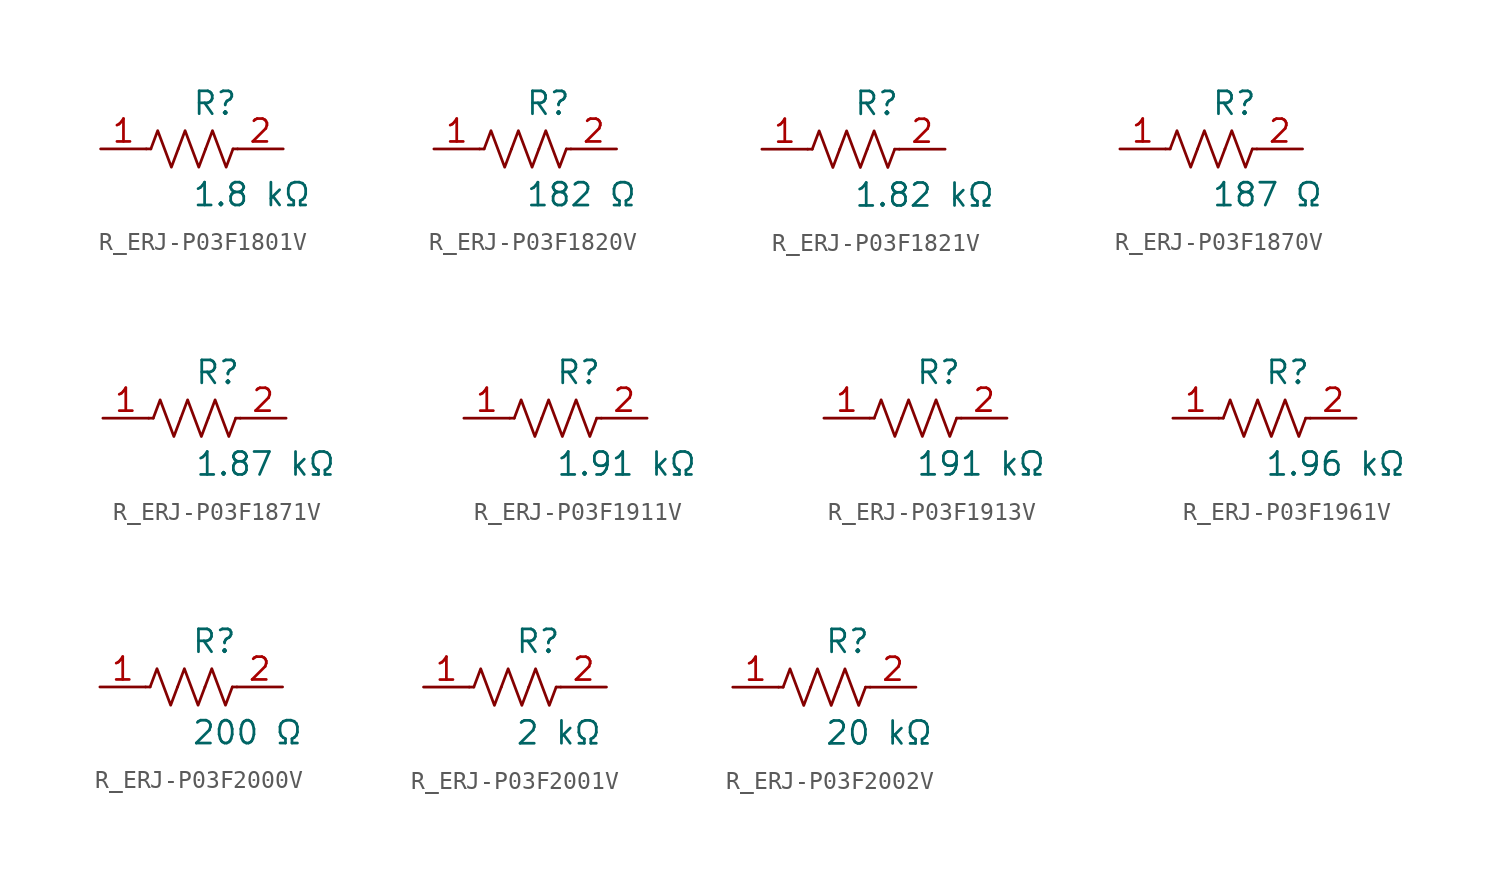
<source format=kicad_sym>
(kicad_symbol_lib
  (version 20231120)
  (generator kicad_symbol_editor)
  (generator_version 8.0)
  (symbol "R_ERJ-P03F1801V"
    (pin_names
      (offset 0.254))
    (property "Reference" "R"
      (at 0.0 2.54 0)
      (effects (font (size 1.27 1.27)) (justify left)))
    (property "Value" "1.8 kΩ"
      (at 0.0 -2.54 0)
      (effects (font (size 1.27 1.27)) (justify left)))
    (symbol "R_ERJ-P03F1801V_0_1"
      (polyline (pts (xy 2.286 0) (xy 2.54 0)) (stroke (width 0) (type default)) (fill (type none)))
      (polyline (pts (xy -2.286 0) (xy -2.54 0)) (stroke (width 0) (type default)) (fill (type none)))
      (polyline (pts (xy 0.762 0) (xy 1.143 1.016) (xy 1.524 0) (xy 1.905 -1.016) (xy 2.286 0)) (stroke (width 0) (type default)) (fill (type none)))
      (polyline (pts (xy -0.762 0) (xy -0.381 1.016) (xy 0 0) (xy 0.381 -1.016) (xy 0.762 0)) (stroke (width 0) (type default)) (fill (type none)))
      (polyline (pts (xy -2.286 0) (xy -1.905 1.016) (xy -1.524 0) (xy -1.143 -1.016) (xy -0.762 0)) (stroke (width 0) (type default)) (fill (type none))))
    (pin unspecified line
      (at -5.08 0 0)
      (length 2.54)
      (name "" (effects (font (size 1.27 1.27))))
      (number "1" (effects (font (size 1.27 1.27)))))
    (pin unspecified line
      (at 5.08 0 180)
      (length 2.54)
      (name "" (effects (font (size 1.27 1.27))))
      (number "2" (effects (font (size 1.27 1.27))))))
  (symbol "R_ERJ-P03F1820V"
    (pin_names
      (offset 0.254))
    (property "Reference" "R"
      (at 0.0 2.54 0)
      (effects (font (size 1.27 1.27)) (justify left)))
    (property "Value" "182 Ω"
      (at 0.0 -2.54 0)
      (effects (font (size 1.27 1.27)) (justify left)))
    (symbol "R_ERJ-P03F1820V_0_1"
      (polyline (pts (xy 2.286 0) (xy 2.54 0)) (stroke (width 0) (type default)) (fill (type none)))
      (polyline (pts (xy -2.286 0) (xy -2.54 0)) (stroke (width 0) (type default)) (fill (type none)))
      (polyline (pts (xy 0.762 0) (xy 1.143 1.016) (xy 1.524 0) (xy 1.905 -1.016) (xy 2.286 0)) (stroke (width 0) (type default)) (fill (type none)))
      (polyline (pts (xy -0.762 0) (xy -0.381 1.016) (xy 0 0) (xy 0.381 -1.016) (xy 0.762 0)) (stroke (width 0) (type default)) (fill (type none)))
      (polyline (pts (xy -2.286 0) (xy -1.905 1.016) (xy -1.524 0) (xy -1.143 -1.016) (xy -0.762 0)) (stroke (width 0) (type default)) (fill (type none))))
    (pin unspecified line
      (at -5.08 0 0)
      (length 2.54)
      (name "" (effects (font (size 1.27 1.27))))
      (number "1" (effects (font (size 1.27 1.27)))))
    (pin unspecified line
      (at 5.08 0 180)
      (length 2.54)
      (name "" (effects (font (size 1.27 1.27))))
      (number "2" (effects (font (size 1.27 1.27))))))
  (symbol "R_ERJ-P03F1821V"
    (pin_names
      (offset 0.254))
    (property "Reference" "R"
      (at 0.0 2.54 0)
      (effects (font (size 1.27 1.27)) (justify left)))
    (property "Value" "1.82 kΩ"
      (at 0.0 -2.54 0)
      (effects (font (size 1.27 1.27)) (justify left)))
    (symbol "R_ERJ-P03F1821V_0_1"
      (polyline (pts (xy 2.286 0) (xy 2.54 0)) (stroke (width 0) (type default)) (fill (type none)))
      (polyline (pts (xy -2.286 0) (xy -2.54 0)) (stroke (width 0) (type default)) (fill (type none)))
      (polyline (pts (xy 0.762 0) (xy 1.143 1.016) (xy 1.524 0) (xy 1.905 -1.016) (xy 2.286 0)) (stroke (width 0) (type default)) (fill (type none)))
      (polyline (pts (xy -0.762 0) (xy -0.381 1.016) (xy 0 0) (xy 0.381 -1.016) (xy 0.762 0)) (stroke (width 0) (type default)) (fill (type none)))
      (polyline (pts (xy -2.286 0) (xy -1.905 1.016) (xy -1.524 0) (xy -1.143 -1.016) (xy -0.762 0)) (stroke (width 0) (type default)) (fill (type none))))
    (pin unspecified line
      (at -5.08 0 0)
      (length 2.54)
      (name "" (effects (font (size 1.27 1.27))))
      (number "1" (effects (font (size 1.27 1.27)))))
    (pin unspecified line
      (at 5.08 0 180)
      (length 2.54)
      (name "" (effects (font (size 1.27 1.27))))
      (number "2" (effects (font (size 1.27 1.27))))))
  (symbol "R_ERJ-P03F1870V"
    (pin_names
      (offset 0.254))
    (property "Reference" "R"
      (at 0.0 2.54 0)
      (effects (font (size 1.27 1.27)) (justify left)))
    (property "Value" "187 Ω"
      (at 0.0 -2.54 0)
      (effects (font (size 1.27 1.27)) (justify left)))
    (symbol "R_ERJ-P03F1870V_0_1"
      (polyline (pts (xy 2.286 0) (xy 2.54 0)) (stroke (width 0) (type default)) (fill (type none)))
      (polyline (pts (xy -2.286 0) (xy -2.54 0)) (stroke (width 0) (type default)) (fill (type none)))
      (polyline (pts (xy 0.762 0) (xy 1.143 1.016) (xy 1.524 0) (xy 1.905 -1.016) (xy 2.286 0)) (stroke (width 0) (type default)) (fill (type none)))
      (polyline (pts (xy -0.762 0) (xy -0.381 1.016) (xy 0 0) (xy 0.381 -1.016) (xy 0.762 0)) (stroke (width 0) (type default)) (fill (type none)))
      (polyline (pts (xy -2.286 0) (xy -1.905 1.016) (xy -1.524 0) (xy -1.143 -1.016) (xy -0.762 0)) (stroke (width 0) (type default)) (fill (type none))))
    (pin unspecified line
      (at -5.08 0 0)
      (length 2.54)
      (name "" (effects (font (size 1.27 1.27))))
      (number "1" (effects (font (size 1.27 1.27)))))
    (pin unspecified line
      (at 5.08 0 180)
      (length 2.54)
      (name "" (effects (font (size 1.27 1.27))))
      (number "2" (effects (font (size 1.27 1.27))))))
  (symbol "R_ERJ-P03F1871V"
    (pin_names
      (offset 0.254))
    (property "Reference" "R"
      (at 0.0 2.54 0)
      (effects (font (size 1.27 1.27)) (justify left)))
    (property "Value" "1.87 kΩ"
      (at 0.0 -2.54 0)
      (effects (font (size 1.27 1.27)) (justify left)))
    (symbol "R_ERJ-P03F1871V_0_1"
      (polyline (pts (xy 2.286 0) (xy 2.54 0)) (stroke (width 0) (type default)) (fill (type none)))
      (polyline (pts (xy -2.286 0) (xy -2.54 0)) (stroke (width 0) (type default)) (fill (type none)))
      (polyline (pts (xy 0.762 0) (xy 1.143 1.016) (xy 1.524 0) (xy 1.905 -1.016) (xy 2.286 0)) (stroke (width 0) (type default)) (fill (type none)))
      (polyline (pts (xy -0.762 0) (xy -0.381 1.016) (xy 0 0) (xy 0.381 -1.016) (xy 0.762 0)) (stroke (width 0) (type default)) (fill (type none)))
      (polyline (pts (xy -2.286 0) (xy -1.905 1.016) (xy -1.524 0) (xy -1.143 -1.016) (xy -0.762 0)) (stroke (width 0) (type default)) (fill (type none))))
    (pin unspecified line
      (at -5.08 0 0)
      (length 2.54)
      (name "" (effects (font (size 1.27 1.27))))
      (number "1" (effects (font (size 1.27 1.27)))))
    (pin unspecified line
      (at 5.08 0 180)
      (length 2.54)
      (name "" (effects (font (size 1.27 1.27))))
      (number "2" (effects (font (size 1.27 1.27))))))
  (symbol "R_ERJ-P03F1911V"
    (pin_names
      (offset 0.254))
    (property "Reference" "R"
      (at 0.0 2.54 0)
      (effects (font (size 1.27 1.27)) (justify left)))
    (property "Value" "1.91 kΩ"
      (at 0.0 -2.54 0)
      (effects (font (size 1.27 1.27)) (justify left)))
    (symbol "R_ERJ-P03F1911V_0_1"
      (polyline (pts (xy 2.286 0) (xy 2.54 0)) (stroke (width 0) (type default)) (fill (type none)))
      (polyline (pts (xy -2.286 0) (xy -2.54 0)) (stroke (width 0) (type default)) (fill (type none)))
      (polyline (pts (xy 0.762 0) (xy 1.143 1.016) (xy 1.524 0) (xy 1.905 -1.016) (xy 2.286 0)) (stroke (width 0) (type default)) (fill (type none)))
      (polyline (pts (xy -0.762 0) (xy -0.381 1.016) (xy 0 0) (xy 0.381 -1.016) (xy 0.762 0)) (stroke (width 0) (type default)) (fill (type none)))
      (polyline (pts (xy -2.286 0) (xy -1.905 1.016) (xy -1.524 0) (xy -1.143 -1.016) (xy -0.762 0)) (stroke (width 0) (type default)) (fill (type none))))
    (pin unspecified line
      (at -5.08 0 0)
      (length 2.54)
      (name "" (effects (font (size 1.27 1.27))))
      (number "1" (effects (font (size 1.27 1.27)))))
    (pin unspecified line
      (at 5.08 0 180)
      (length 2.54)
      (name "" (effects (font (size 1.27 1.27))))
      (number "2" (effects (font (size 1.27 1.27))))))
  (symbol "R_ERJ-P03F1913V"
    (pin_names
      (offset 0.254))
    (property "Reference" "R"
      (at 0.0 2.54 0)
      (effects (font (size 1.27 1.27)) (justify left)))
    (property "Value" "191 kΩ"
      (at 0.0 -2.54 0)
      (effects (font (size 1.27 1.27)) (justify left)))
    (symbol "R_ERJ-P03F1913V_0_1"
      (polyline (pts (xy 2.286 0) (xy 2.54 0)) (stroke (width 0) (type default)) (fill (type none)))
      (polyline (pts (xy -2.286 0) (xy -2.54 0)) (stroke (width 0) (type default)) (fill (type none)))
      (polyline (pts (xy 0.762 0) (xy 1.143 1.016) (xy 1.524 0) (xy 1.905 -1.016) (xy 2.286 0)) (stroke (width 0) (type default)) (fill (type none)))
      (polyline (pts (xy -0.762 0) (xy -0.381 1.016) (xy 0 0) (xy 0.381 -1.016) (xy 0.762 0)) (stroke (width 0) (type default)) (fill (type none)))
      (polyline (pts (xy -2.286 0) (xy -1.905 1.016) (xy -1.524 0) (xy -1.143 -1.016) (xy -0.762 0)) (stroke (width 0) (type default)) (fill (type none))))
    (pin unspecified line
      (at -5.08 0 0)
      (length 2.54)
      (name "" (effects (font (size 1.27 1.27))))
      (number "1" (effects (font (size 1.27 1.27)))))
    (pin unspecified line
      (at 5.08 0 180)
      (length 2.54)
      (name "" (effects (font (size 1.27 1.27))))
      (number "2" (effects (font (size 1.27 1.27))))))
  (symbol "R_ERJ-P03F1961V"
    (pin_names
      (offset 0.254))
    (property "Reference" "R"
      (at 0.0 2.54 0)
      (effects (font (size 1.27 1.27)) (justify left)))
    (property "Value" "1.96 kΩ"
      (at 0.0 -2.54 0)
      (effects (font (size 1.27 1.27)) (justify left)))
    (symbol "R_ERJ-P03F1961V_0_1"
      (polyline (pts (xy 2.286 0) (xy 2.54 0)) (stroke (width 0) (type default)) (fill (type none)))
      (polyline (pts (xy -2.286 0) (xy -2.54 0)) (stroke (width 0) (type default)) (fill (type none)))
      (polyline (pts (xy 0.762 0) (xy 1.143 1.016) (xy 1.524 0) (xy 1.905 -1.016) (xy 2.286 0)) (stroke (width 0) (type default)) (fill (type none)))
      (polyline (pts (xy -0.762 0) (xy -0.381 1.016) (xy 0 0) (xy 0.381 -1.016) (xy 0.762 0)) (stroke (width 0) (type default)) (fill (type none)))
      (polyline (pts (xy -2.286 0) (xy -1.905 1.016) (xy -1.524 0) (xy -1.143 -1.016) (xy -0.762 0)) (stroke (width 0) (type default)) (fill (type none))))
    (pin unspecified line
      (at -5.08 0 0)
      (length 2.54)
      (name "" (effects (font (size 1.27 1.27))))
      (number "1" (effects (font (size 1.27 1.27)))))
    (pin unspecified line
      (at 5.08 0 180)
      (length 2.54)
      (name "" (effects (font (size 1.27 1.27))))
      (number "2" (effects (font (size 1.27 1.27))))))
  (symbol "R_ERJ-P03F2000V"
    (pin_names
      (offset 0.254))
    (property "Reference" "R"
      (at 0.0 2.54 0)
      (effects (font (size 1.27 1.27)) (justify left)))
    (property "Value" "200 Ω"
      (at 0.0 -2.54 0)
      (effects (font (size 1.27 1.27)) (justify left)))
    (symbol "R_ERJ-P03F2000V_0_1"
      (polyline (pts (xy 2.286 0) (xy 2.54 0)) (stroke (width 0) (type default)) (fill (type none)))
      (polyline (pts (xy -2.286 0) (xy -2.54 0)) (stroke (width 0) (type default)) (fill (type none)))
      (polyline (pts (xy 0.762 0) (xy 1.143 1.016) (xy 1.524 0) (xy 1.905 -1.016) (xy 2.286 0)) (stroke (width 0) (type default)) (fill (type none)))
      (polyline (pts (xy -0.762 0) (xy -0.381 1.016) (xy 0 0) (xy 0.381 -1.016) (xy 0.762 0)) (stroke (width 0) (type default)) (fill (type none)))
      (polyline (pts (xy -2.286 0) (xy -1.905 1.016) (xy -1.524 0) (xy -1.143 -1.016) (xy -0.762 0)) (stroke (width 0) (type default)) (fill (type none))))
    (pin unspecified line
      (at -5.08 0 0)
      (length 2.54)
      (name "" (effects (font (size 1.27 1.27))))
      (number "1" (effects (font (size 1.27 1.27)))))
    (pin unspecified line
      (at 5.08 0 180)
      (length 2.54)
      (name "" (effects (font (size 1.27 1.27))))
      (number "2" (effects (font (size 1.27 1.27))))))
  (symbol "R_ERJ-P03F2001V"
    (pin_names
      (offset 0.254))
    (property "Reference" "R"
      (at 0.0 2.54 0)
      (effects (font (size 1.27 1.27)) (justify left)))
    (property "Value" "2 kΩ"
      (at 0.0 -2.54 0)
      (effects (font (size 1.27 1.27)) (justify left)))
    (symbol "R_ERJ-P03F2001V_0_1"
      (polyline (pts (xy 2.286 0) (xy 2.54 0)) (stroke (width 0) (type default)) (fill (type none)))
      (polyline (pts (xy -2.286 0) (xy -2.54 0)) (stroke (width 0) (type default)) (fill (type none)))
      (polyline (pts (xy 0.762 0) (xy 1.143 1.016) (xy 1.524 0) (xy 1.905 -1.016) (xy 2.286 0)) (stroke (width 0) (type default)) (fill (type none)))
      (polyline (pts (xy -0.762 0) (xy -0.381 1.016) (xy 0 0) (xy 0.381 -1.016) (xy 0.762 0)) (stroke (width 0) (type default)) (fill (type none)))
      (polyline (pts (xy -2.286 0) (xy -1.905 1.016) (xy -1.524 0) (xy -1.143 -1.016) (xy -0.762 0)) (stroke (width 0) (type default)) (fill (type none))))
    (pin unspecified line
      (at -5.08 0 0)
      (length 2.54)
      (name "" (effects (font (size 1.27 1.27))))
      (number "1" (effects (font (size 1.27 1.27)))))
    (pin unspecified line
      (at 5.08 0 180)
      (length 2.54)
      (name "" (effects (font (size 1.27 1.27))))
      (number "2" (effects (font (size 1.27 1.27))))))
  (symbol "R_ERJ-P03F2002V"
    (pin_names
      (offset 0.254))
    (property "Reference" "R"
      (at 0.0 2.54 0)
      (effects (font (size 1.27 1.27)) (justify left)))
    (property "Value" "20 kΩ"
      (at 0.0 -2.54 0)
      (effects (font (size 1.27 1.27)) (justify left)))
    (symbol "R_ERJ-P03F2002V_0_1"
      (polyline (pts (xy 2.286 0) (xy 2.54 0)) (stroke (width 0) (type default)) (fill (type none)))
      (polyline (pts (xy -2.286 0) (xy -2.54 0)) (stroke (width 0) (type default)) (fill (type none)))
      (polyline (pts (xy 0.762 0) (xy 1.143 1.016) (xy 1.524 0) (xy 1.905 -1.016) (xy 2.286 0)) (stroke (width 0) (type default)) (fill (type none)))
      (polyline (pts (xy -0.762 0) (xy -0.381 1.016) (xy 0 0) (xy 0.381 -1.016) (xy 0.762 0)) (stroke (width 0) (type default)) (fill (type none)))
      (polyline (pts (xy -2.286 0) (xy -1.905 1.016) (xy -1.524 0) (xy -1.143 -1.016) (xy -0.762 0)) (stroke (width 0) (type default)) (fill (type none))))
    (pin unspecified line
      (at -5.08 0 0)
      (length 2.54)
      (name "" (effects (font (size 1.27 1.27))))
      (number "1" (effects (font (size 1.27 1.27)))))
    (pin unspecified line
      (at 5.08 0 180)
      (length 2.54)
      (name "" (effects (font (size 1.27 1.27))))
      (number "2" (effects (font (size 1.27 1.27)))))))
</source>
